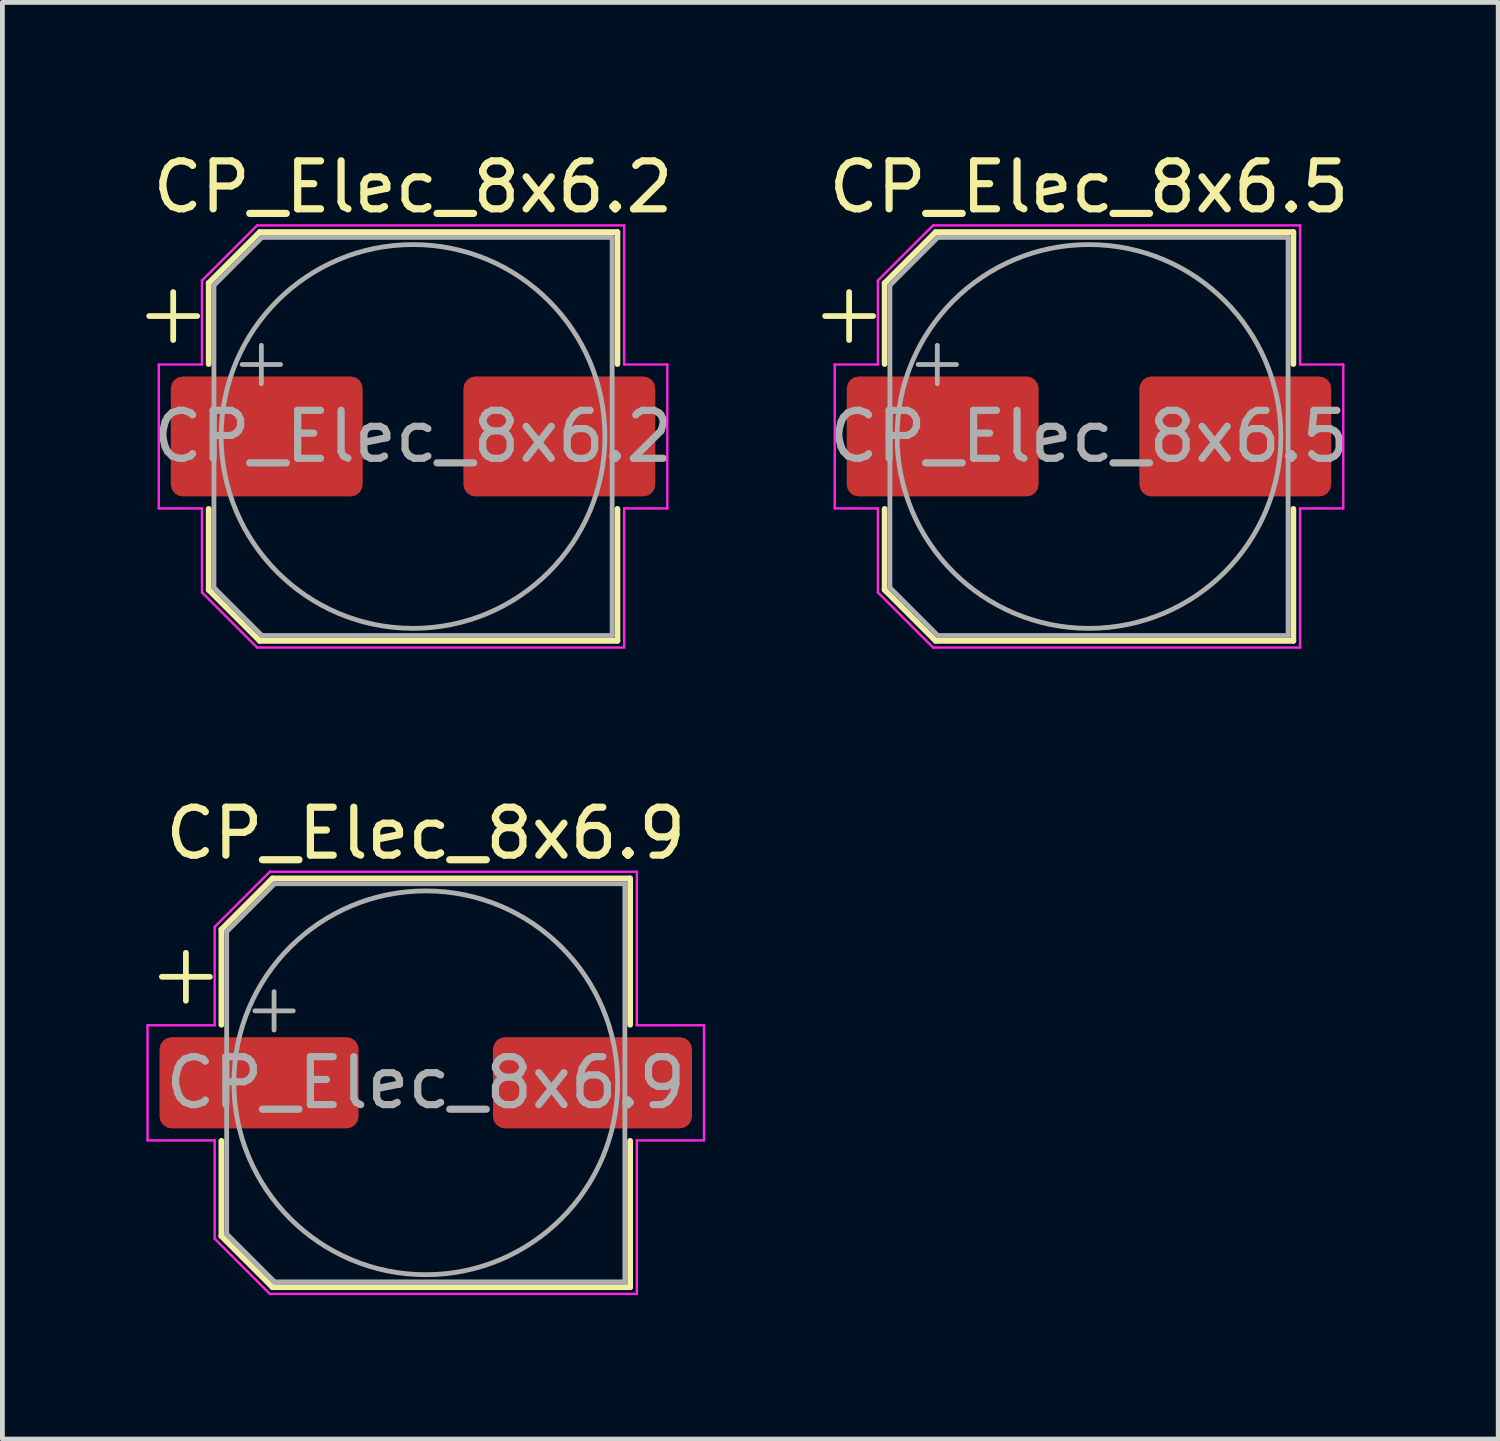
<source format=kicad_pcb>
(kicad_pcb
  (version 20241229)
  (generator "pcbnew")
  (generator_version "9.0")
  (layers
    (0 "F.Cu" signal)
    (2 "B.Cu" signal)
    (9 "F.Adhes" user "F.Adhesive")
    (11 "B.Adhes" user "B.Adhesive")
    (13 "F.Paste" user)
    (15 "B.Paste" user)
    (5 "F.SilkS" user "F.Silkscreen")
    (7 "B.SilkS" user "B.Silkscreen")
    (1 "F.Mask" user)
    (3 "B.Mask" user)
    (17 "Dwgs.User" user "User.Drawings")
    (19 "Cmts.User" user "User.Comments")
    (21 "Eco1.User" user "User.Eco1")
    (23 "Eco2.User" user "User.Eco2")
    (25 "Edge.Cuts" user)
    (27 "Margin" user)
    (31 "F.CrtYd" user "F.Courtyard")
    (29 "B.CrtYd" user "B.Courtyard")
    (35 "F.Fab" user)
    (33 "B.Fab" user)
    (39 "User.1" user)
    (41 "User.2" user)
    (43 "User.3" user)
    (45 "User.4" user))
  (footprint "CP_Elec_8x6.5"
    (layer "F.Cu")
    (at 19.65 6.048)
    (property "Reference" "CP_Elec_8x6.5" (at 0 -5.2 0) (layer "F.SilkS") (effects (font (size 1 1) (thickness 0.15))))
    (attr smd)
    (fp_line (start -5.5 -2.51) (end -4.5 -2.51) (stroke (width 0.12) (type solid)) (layer "F.SilkS"))
    (fp_line (start -5 -3.01) (end -5 -2.01) (stroke (width 0.12) (type solid)) (layer "F.SilkS"))
    (fp_line (start -4.26 -3.196) (end -4.26 -1.51) (stroke (width 0.12) (type solid)) (layer "F.SilkS"))
    (fp_line (start -4.26 -3.196) (end -3.196 -4.26) (stroke (width 0.12) (type solid)) (layer "F.SilkS"))
    (fp_line (start -4.26 3.196) (end -4.26 1.51) (stroke (width 0.12) (type solid)) (layer "F.SilkS"))
    (fp_line (start -4.26 3.196) (end -3.196 4.26) (stroke (width 0.12) (type solid)) (layer "F.SilkS"))
    (fp_line (start -3.196 -4.26) (end 4.26 -4.26) (stroke (width 0.12) (type solid)) (layer "F.SilkS"))
    (fp_line (start -3.196 4.26) (end 4.26 4.26) (stroke (width 0.12) (type solid)) (layer "F.SilkS"))
    (fp_line (start 4.26 -4.26) (end 4.26 -1.51) (stroke (width 0.12) (type solid)) (layer "F.SilkS"))
    (fp_line (start 4.26 4.26) (end 4.26 1.51) (stroke (width 0.12) (type solid)) (layer "F.SilkS"))
    (fp_line (start -5.3 -1.5) (end -5.3 1.5) (stroke (width 0.05) (type solid)) (layer "F.CrtYd"))
    (fp_line (start -5.3 1.5) (end -4.4 1.5) (stroke (width 0.05) (type solid)) (layer "F.CrtYd"))
    (fp_line (start -4.4 -3.25) (end -4.4 -1.5) (stroke (width 0.05) (type solid)) (layer "F.CrtYd"))
    (fp_line (start -4.4 -3.25) (end -3.25 -4.4) (stroke (width 0.05) (type solid)) (layer "F.CrtYd"))
    (fp_line (start -4.4 -1.5) (end -5.3 -1.5) (stroke (width 0.05) (type solid)) (layer "F.CrtYd"))
    (fp_line (start -4.4 1.5) (end -4.4 3.25) (stroke (width 0.05) (type solid)) (layer "F.CrtYd"))
    (fp_line (start -4.4 3.25) (end -3.25 4.4) (stroke (width 0.05) (type solid)) (layer "F.CrtYd"))
    (fp_line (start -3.25 -4.4) (end 4.4 -4.4) (stroke (width 0.05) (type solid)) (layer "F.CrtYd"))
    (fp_line (start -3.25 4.4) (end 4.4 4.4) (stroke (width 0.05) (type solid)) (layer "F.CrtYd"))
    (fp_line (start 4.4 -4.4) (end 4.4 -1.5) (stroke (width 0.05) (type solid)) (layer "F.CrtYd"))
    (fp_line (start 4.4 -1.5) (end 5.3 -1.5) (stroke (width 0.05) (type solid)) (layer "F.CrtYd"))
    (fp_line (start 4.4 1.5) (end 4.4 4.4) (stroke (width 0.05) (type solid)) (layer "F.CrtYd"))
    (fp_line (start 5.3 -1.5) (end 5.3 1.5) (stroke (width 0.05) (type solid)) (layer "F.CrtYd"))
    (fp_line (start 5.3 1.5) (end 4.4 1.5) (stroke (width 0.05) (type solid)) (layer "F.CrtYd"))
    (fp_line (start -4.15 -3.15) (end -4.15 3.15) (stroke (width 0.1) (type solid)) (layer "F.Fab"))
    (fp_line (start -4.15 -3.15) (end -3.15 -4.15) (stroke (width 0.1) (type solid)) (layer "F.Fab"))
    (fp_line (start -4.15 3.15) (end -3.15 4.15) (stroke (width 0.1) (type solid)) (layer "F.Fab"))
    (fp_line (start -3.562 -1.5) (end -2.762 -1.5) (stroke (width 0.1) (type solid)) (layer "F.Fab"))
    (fp_line (start -3.162 -1.9) (end -3.162 -1.1) (stroke (width 0.1) (type solid)) (layer "F.Fab"))
    (fp_line (start -3.15 -4.15) (end 4.15 -4.15) (stroke (width 0.1) (type solid)) (layer "F.Fab"))
    (fp_line (start -3.15 4.15) (end 4.15 4.15) (stroke (width 0.1) (type solid)) (layer "F.Fab"))
    (fp_line (start 4.15 -4.15) (end 4.15 4.15) (stroke (width 0.1) (type solid)) (layer "F.Fab"))
    (fp_circle (center 0 0) (end 4 0) (stroke (width 0.1) (type solid)) (fill no) (layer "F.Fab"))
    (fp_text user "${REFERENCE}" (at 0 0 0) (layer "F.Fab") (effects (font (size 1 1) (thickness 0.15))))
    (pad "1" smd roundrect (at -3.05 0) (size 4 2.5) (layers "F.Cu" "F.Mask" "F.Paste") (roundrect_rratio 0.1))
    (pad "2" smd roundrect (at 3.05 0) (size 4 2.5) (layers "F.Cu" "F.Mask" "F.Paste") (roundrect_rratio 0.1)))
  (footprint "CP_Elec_8x6.9"
    (layer "F.Cu")
    (at 5.825 19.521)
    (property "Reference" "CP_Elec_8x6.9" (at 0 -5.2 0) (layer "F.SilkS") (effects (font (size 1 1) (thickness 0.15))))
    (attr smd)
    (fp_line (start -5.5 -2.21) (end -4.5 -2.21) (stroke (width 0.12) (type solid)) (layer "F.SilkS"))
    (fp_line (start -5 -2.71) (end -5 -1.71) (stroke (width 0.12) (type solid)) (layer "F.SilkS"))
    (fp_line (start -4.26 -3.196) (end -4.26 -1.21) (stroke (width 0.12) (type solid)) (layer "F.SilkS"))
    (fp_line (start -4.26 -3.196) (end -3.196 -4.26) (stroke (width 0.12) (type solid)) (layer "F.SilkS"))
    (fp_line (start -4.26 3.196) (end -4.26 1.21) (stroke (width 0.12) (type solid)) (layer "F.SilkS"))
    (fp_line (start -4.26 3.196) (end -3.196 4.26) (stroke (width 0.12) (type solid)) (layer "F.SilkS"))
    (fp_line (start -3.196 -4.26) (end 4.26 -4.26) (stroke (width 0.12) (type solid)) (layer "F.SilkS"))
    (fp_line (start -3.196 4.26) (end 4.26 4.26) (stroke (width 0.12) (type solid)) (layer "F.SilkS"))
    (fp_line (start 4.26 -4.26) (end 4.26 -1.21) (stroke (width 0.12) (type solid)) (layer "F.SilkS"))
    (fp_line (start 4.26 4.26) (end 4.26 1.21) (stroke (width 0.12) (type solid)) (layer "F.SilkS"))
    (fp_line (start -5.8 -1.2) (end -5.8 1.2) (stroke (width 0.05) (type solid)) (layer "F.CrtYd"))
    (fp_line (start -5.8 1.2) (end -4.4 1.2) (stroke (width 0.05) (type solid)) (layer "F.CrtYd"))
    (fp_line (start -4.4 -3.25) (end -4.4 -1.2) (stroke (width 0.05) (type solid)) (layer "F.CrtYd"))
    (fp_line (start -4.4 -3.25) (end -3.25 -4.4) (stroke (width 0.05) (type solid)) (layer "F.CrtYd"))
    (fp_line (start -4.4 -1.2) (end -5.8 -1.2) (stroke (width 0.05) (type solid)) (layer "F.CrtYd"))
    (fp_line (start -4.4 1.2) (end -4.4 3.25) (stroke (width 0.05) (type solid)) (layer "F.CrtYd"))
    (fp_line (start -4.4 3.25) (end -3.25 4.4) (stroke (width 0.05) (type solid)) (layer "F.CrtYd"))
    (fp_line (start -3.25 -4.4) (end 4.4 -4.4) (stroke (width 0.05) (type solid)) (layer "F.CrtYd"))
    (fp_line (start -3.25 4.4) (end 4.4 4.4) (stroke (width 0.05) (type solid)) (layer "F.CrtYd"))
    (fp_line (start 4.4 -4.4) (end 4.4 -1.2) (stroke (width 0.05) (type solid)) (layer "F.CrtYd"))
    (fp_line (start 4.4 -1.2) (end 5.8 -1.2) (stroke (width 0.05) (type solid)) (layer "F.CrtYd"))
    (fp_line (start 4.4 1.2) (end 4.4 4.4) (stroke (width 0.05) (type solid)) (layer "F.CrtYd"))
    (fp_line (start 5.8 -1.2) (end 5.8 1.2) (stroke (width 0.05) (type solid)) (layer "F.CrtYd"))
    (fp_line (start 5.8 1.2) (end 4.4 1.2) (stroke (width 0.05) (type solid)) (layer "F.CrtYd"))
    (fp_line (start -4.15 -3.15) (end -4.15 3.15) (stroke (width 0.1) (type solid)) (layer "F.Fab"))
    (fp_line (start -4.15 -3.15) (end -3.15 -4.15) (stroke (width 0.1) (type solid)) (layer "F.Fab"))
    (fp_line (start -4.15 3.15) (end -3.15 4.15) (stroke (width 0.1) (type solid)) (layer "F.Fab"))
    (fp_line (start -3.562 -1.5) (end -2.762 -1.5) (stroke (width 0.1) (type solid)) (layer "F.Fab"))
    (fp_line (start -3.162 -1.9) (end -3.162 -1.1) (stroke (width 0.1) (type solid)) (layer "F.Fab"))
    (fp_line (start -3.15 -4.15) (end 4.15 -4.15) (stroke (width 0.1) (type solid)) (layer "F.Fab"))
    (fp_line (start -3.15 4.15) (end 4.15 4.15) (stroke (width 0.1) (type solid)) (layer "F.Fab"))
    (fp_line (start 4.15 -4.15) (end 4.15 4.15) (stroke (width 0.1) (type solid)) (layer "F.Fab"))
    (fp_circle (center 0 0) (end 4 0) (stroke (width 0.1) (type solid)) (fill no) (layer "F.Fab"))
    (fp_text user "${REFERENCE}" (at 0 0 0) (layer "F.Fab") (effects (font (size 1 1) (thickness 0.15))))
    (pad "1" smd roundrect (at -3.475 0) (size 4.15 1.9) (layers "F.Cu" "F.Mask" "F.Paste") (roundrect_rratio 0.132))
    (pad "2" smd roundrect (at 3.475 0) (size 4.15 1.9) (layers "F.Cu" "F.Mask" "F.Paste") (roundrect_rratio 0.132)))
  (footprint "CP_Elec_8x6.2"
    (layer "F.Cu")
    (at 5.56 6.048)
    (property "Reference" "CP_Elec_8x6.2" (at 0 -5.2 0) (layer "F.SilkS") (effects (font (size 1 1) (thickness 0.15))))
    (attr smd)
    (fp_line (start -5.5 -2.51) (end -4.5 -2.51) (stroke (width 0.12) (type solid)) (layer "F.SilkS"))
    (fp_line (start -5 -3.01) (end -5 -2.01) (stroke (width 0.12) (type solid)) (layer "F.SilkS"))
    (fp_line (start -4.26 -3.196) (end -4.26 -1.51) (stroke (width 0.12) (type solid)) (layer "F.SilkS"))
    (fp_line (start -4.26 -3.196) (end -3.196 -4.26) (stroke (width 0.12) (type solid)) (layer "F.SilkS"))
    (fp_line (start -4.26 3.196) (end -4.26 1.51) (stroke (width 0.12) (type solid)) (layer "F.SilkS"))
    (fp_line (start -4.26 3.196) (end -3.196 4.26) (stroke (width 0.12) (type solid)) (layer "F.SilkS"))
    (fp_line (start -3.196 -4.26) (end 4.26 -4.26) (stroke (width 0.12) (type solid)) (layer "F.SilkS"))
    (fp_line (start -3.196 4.26) (end 4.26 4.26) (stroke (width 0.12) (type solid)) (layer "F.SilkS"))
    (fp_line (start 4.26 -4.26) (end 4.26 -1.51) (stroke (width 0.12) (type solid)) (layer "F.SilkS"))
    (fp_line (start 4.26 4.26) (end 4.26 1.51) (stroke (width 0.12) (type solid)) (layer "F.SilkS"))
    (fp_line (start -5.3 -1.5) (end -5.3 1.5) (stroke (width 0.05) (type solid)) (layer "F.CrtYd"))
    (fp_line (start -5.3 1.5) (end -4.4 1.5) (stroke (width 0.05) (type solid)) (layer "F.CrtYd"))
    (fp_line (start -4.4 -3.25) (end -4.4 -1.5) (stroke (width 0.05) (type solid)) (layer "F.CrtYd"))
    (fp_line (start -4.4 -3.25) (end -3.25 -4.4) (stroke (width 0.05) (type solid)) (layer "F.CrtYd"))
    (fp_line (start -4.4 -1.5) (end -5.3 -1.5) (stroke (width 0.05) (type solid)) (layer "F.CrtYd"))
    (fp_line (start -4.4 1.5) (end -4.4 3.25) (stroke (width 0.05) (type solid)) (layer "F.CrtYd"))
    (fp_line (start -4.4 3.25) (end -3.25 4.4) (stroke (width 0.05) (type solid)) (layer "F.CrtYd"))
    (fp_line (start -3.25 -4.4) (end 4.4 -4.4) (stroke (width 0.05) (type solid)) (layer "F.CrtYd"))
    (fp_line (start -3.25 4.4) (end 4.4 4.4) (stroke (width 0.05) (type solid)) (layer "F.CrtYd"))
    (fp_line (start 4.4 -4.4) (end 4.4 -1.5) (stroke (width 0.05) (type solid)) (layer "F.CrtYd"))
    (fp_line (start 4.4 -1.5) (end 5.3 -1.5) (stroke (width 0.05) (type solid)) (layer "F.CrtYd"))
    (fp_line (start 4.4 1.5) (end 4.4 4.4) (stroke (width 0.05) (type solid)) (layer "F.CrtYd"))
    (fp_line (start 5.3 -1.5) (end 5.3 1.5) (stroke (width 0.05) (type solid)) (layer "F.CrtYd"))
    (fp_line (start 5.3 1.5) (end 4.4 1.5) (stroke (width 0.05) (type solid)) (layer "F.CrtYd"))
    (fp_line (start -4.15 -3.15) (end -4.15 3.15) (stroke (width 0.1) (type solid)) (layer "F.Fab"))
    (fp_line (start -4.15 -3.15) (end -3.15 -4.15) (stroke (width 0.1) (type solid)) (layer "F.Fab"))
    (fp_line (start -4.15 3.15) (end -3.15 4.15) (stroke (width 0.1) (type solid)) (layer "F.Fab"))
    (fp_line (start -3.562 -1.5) (end -2.762 -1.5) (stroke (width 0.1) (type solid)) (layer "F.Fab"))
    (fp_line (start -3.162 -1.9) (end -3.162 -1.1) (stroke (width 0.1) (type solid)) (layer "F.Fab"))
    (fp_line (start -3.15 -4.15) (end 4.15 -4.15) (stroke (width 0.1) (type solid)) (layer "F.Fab"))
    (fp_line (start -3.15 4.15) (end 4.15 4.15) (stroke (width 0.1) (type solid)) (layer "F.Fab"))
    (fp_line (start 4.15 -4.15) (end 4.15 4.15) (stroke (width 0.1) (type solid)) (layer "F.Fab"))
    (fp_circle (center 0 0) (end 4 0) (stroke (width 0.1) (type solid)) (fill no) (layer "F.Fab"))
    (fp_text user "${REFERENCE}" (at 0 0 0) (layer "F.Fab") (effects (font (size 1 1) (thickness 0.15))))
    (pad "1" smd roundrect (at -3.05 0) (size 4 2.5) (layers "F.Cu" "F.Mask" "F.Paste") (roundrect_rratio 0.1))
    (pad "2" smd roundrect (at 3.05 0) (size 4 2.5) (layers "F.Cu" "F.Mask" "F.Paste") (roundrect_rratio 0.1)))
  (gr_rect
    (start -3 -3)
    (end 28.18 26.947)
    (stroke (width 0.1) (type default))
    (fill no)
    (layer "Edge.Cuts")))
</source>
